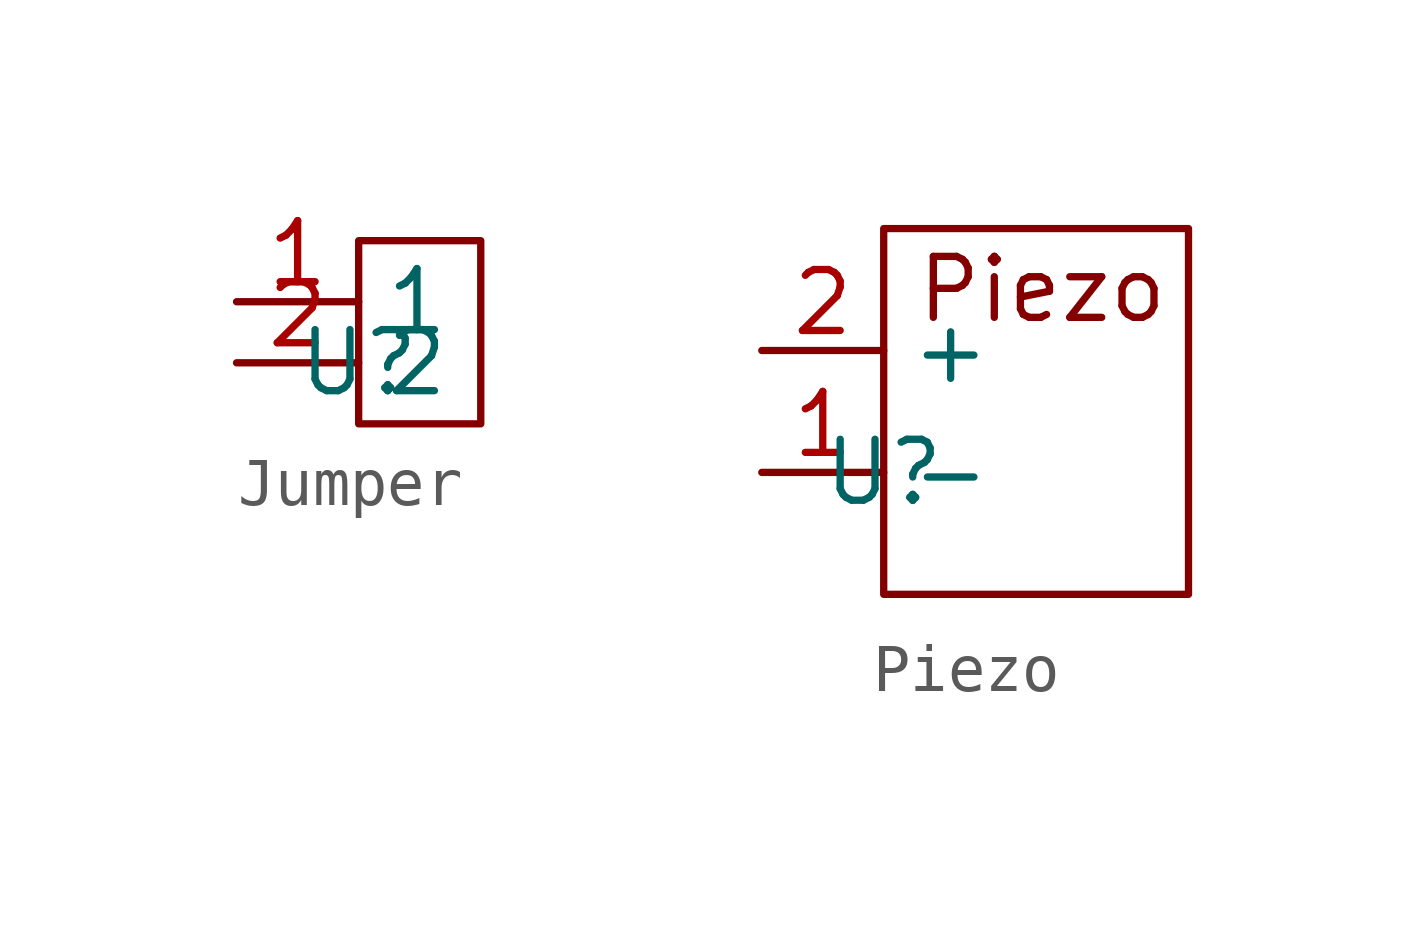
<source format=kicad_sym>
(kicad_symbol_lib
  (version 20231120)
  (generator "kicad_symbol_editor")
  (generator_version "8.0")
  (symbol "Jumper"
    (property "Reference" "U"
      (at 0 0 0)
      (effects (font (size 1.27 1.27))))
    (property "Value" ""
      (at 0 0 0)
      (effects (font (size 1.27 1.27))))
    (symbol "Jumper_0_1"
      (rectangle (start 0 2.54) (end 2.54 -1.27) (stroke (width 0) (type default)) (fill (type none))))
    (symbol "Jumper_1_1"
      (pin input line (at -2.54 1.27 0) (length 2.54) (name "1" (effects (font (size 1.27 1.27)))) (number "1" (effects (font (size 1.27 1.27)))))
      (pin input line (at -2.54 0 0) (length 2.54) (name "2" (effects (font (size 1.27 1.27)))) (number "2" (effects (font (size 1.27 1.27)))))))
  (symbol "Piezo"
    (property "Reference" "U"
      (at 0 0 0)
      (effects (font (size 1.27 1.27))))
    (property "Value" ""
      (at 0 0 0)
      (effects (font (size 1.27 1.27))))
    (symbol "Piezo_0_1"
      (rectangle (start 0 5.08) (end 6.35 -2.54) (stroke (width 0) (type default)) (fill (type none))))
    (symbol "Piezo_1_1"
      (text "Piezo" (at 3.302 3.81 0) (effects (font (size 1.27 1.27))))
      (pin input line (at -2.54 0 0) (length 2.54) (name "-" (effects (font (size 1.27 1.27)))) (number "1" (effects (font (size 1.27 1.27)))))
      (pin input line (at -2.54 2.54 0) (length 2.54) (name "+" (effects (font (size 1.27 1.27)))) (number "2" (effects (font (size 1.27 1.27))))))))
</source>
